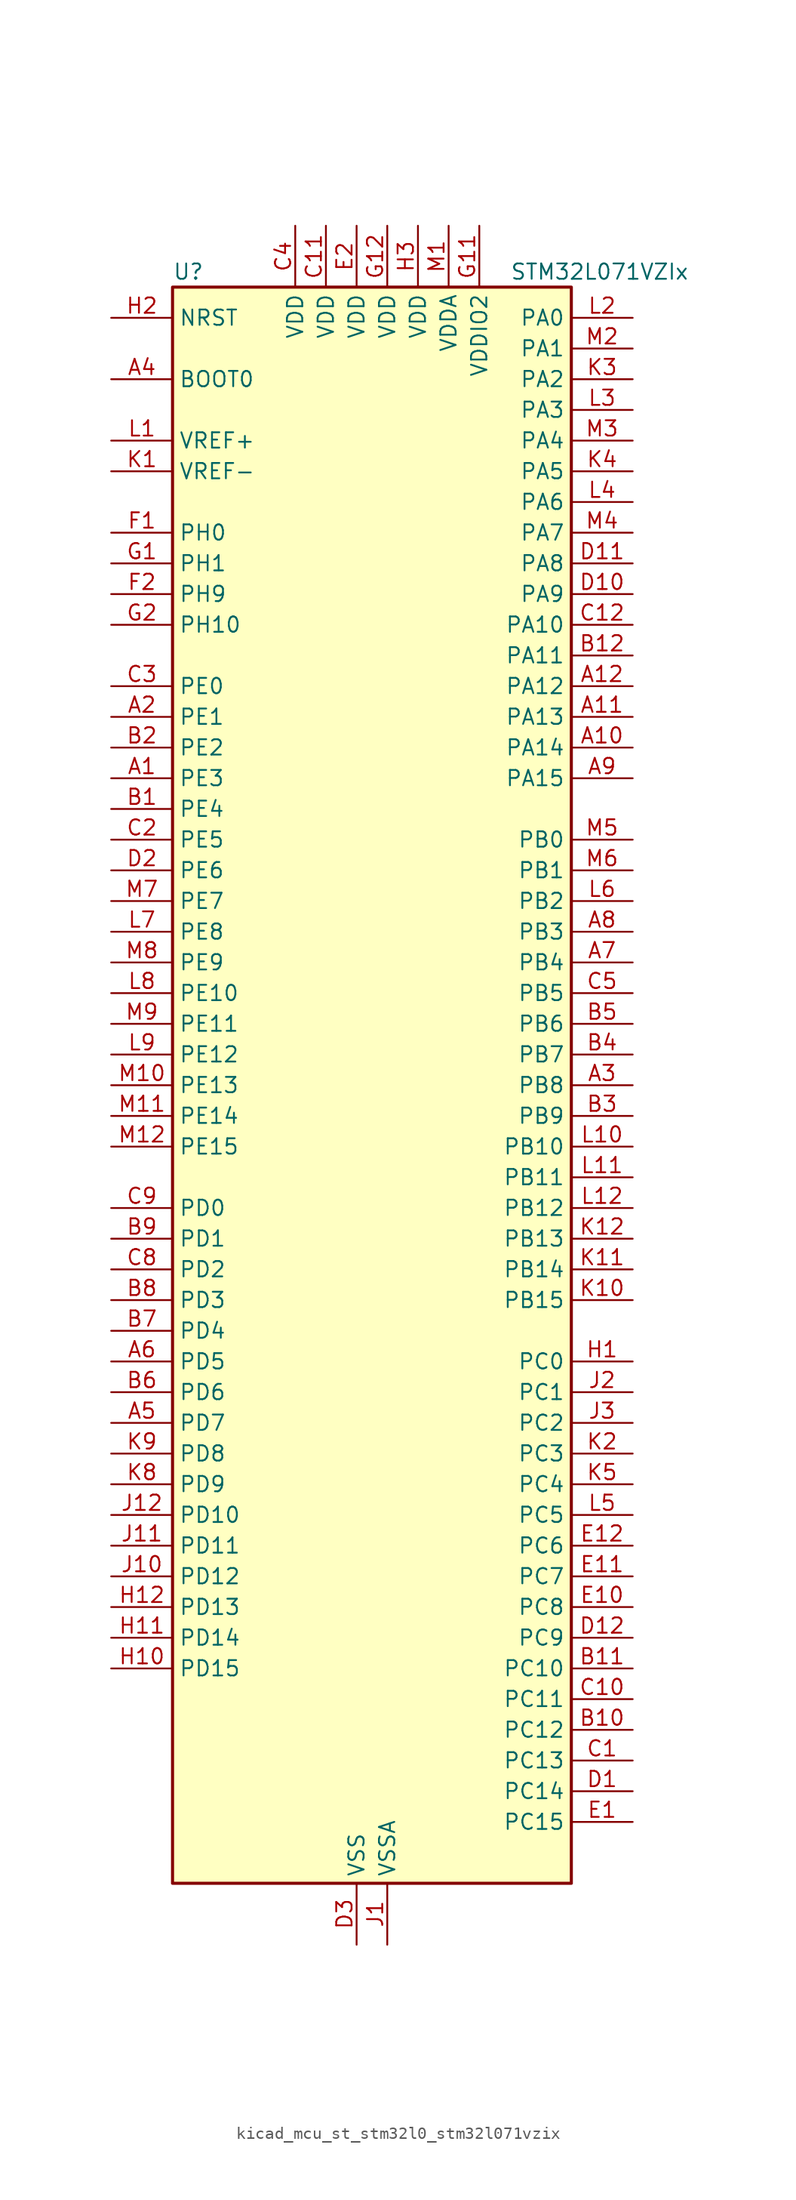
<source format=kicad_sym>
(kicad_symbol_lib
  (version 20220914)
  (generator kicad_symbol_editor)
  (symbol "kicad_mcu_st_stm32l0_stm32l071vzix"
    (property "Reference" "U"
      (at -15.24 67.31 0)
      (effects (font (size 1.27 1.27)) (justify left)))
    (property "Value" "STM32L071VZIx"
      (at 12.7 67.31 0)
      (effects (font (size 1.27 1.27)) (justify left)))
    (property "ki_locked" ""
      (at 0 0 0)
      (effects (font (size 1.27 1.27))))
    (symbol "kicad_mcu_st_stm32l0_stm32l071vzix_0_1"
      (rectangle (start -15.24 -66.04) (end 17.78 66.04) (stroke (width 0.254) (type default)) (fill (type background))))
    (symbol "kicad_mcu_st_stm32l0_stm32l071vzix_1_1"
      (pin bidirectional line (at -20.32 25.4 0) (length 5.08) (name "PE3" (effects (font (size 1.27 1.27)))) (number "A1" (effects (font (size 1.27 1.27)))) (alternate "TIM22_CH1" bidirectional line) (alternate "TIM3_CH1" bidirectional line))
      (pin bidirectional line (at 22.86 27.94 180) (length 5.08) (name "PA14" (effects (font (size 1.27 1.27)))) (number "A10" (effects (font (size 1.27 1.27)))) (alternate "LPUART1_TX" bidirectional line) (alternate "SYS_SWCLK" bidirectional line) (alternate "USART2_TX" bidirectional line))
      (pin bidirectional line (at 22.86 30.48 180) (length 5.08) (name "PA13" (effects (font (size 1.27 1.27)))) (number "A11" (effects (font (size 1.27 1.27)))) (alternate "LPUART1_RX" bidirectional line) (alternate "SYS_SWDIO" bidirectional line))
      (pin bidirectional line (at 22.86 33.02 180) (length 5.08) (name "PA12" (effects (font (size 1.27 1.27)))) (number "A12" (effects (font (size 1.27 1.27)))) (alternate "COMP2_OUT" bidirectional line) (alternate "SPI1_MOSI" bidirectional line) (alternate "USART1_DE" bidirectional line) (alternate "USART1_RTS" bidirectional line))
      (pin bidirectional line (at -20.32 30.48 0) (length 5.08) (name "PE1" (effects (font (size 1.27 1.27)))) (number "A2" (effects (font (size 1.27 1.27)))))
      (pin bidirectional line (at 22.86 0 180) (length 5.08) (name "PB8" (effects (font (size 1.27 1.27)))) (number "A3" (effects (font (size 1.27 1.27)))) (alternate "I2C1_SCL" bidirectional line))
      (pin input line (at -20.32 58.42 0) (length 5.08) (name "BOOT0" (effects (font (size 1.27 1.27)))) (number "A4" (effects (font (size 1.27 1.27)))))
      (pin bidirectional line (at -20.32 -27.94 0) (length 5.08) (name "PD7" (effects (font (size 1.27 1.27)))) (number "A5" (effects (font (size 1.27 1.27)))) (alternate "TIM21_CH2" bidirectional line) (alternate "USART2_CK" bidirectional line))
      (pin bidirectional line (at -20.32 -22.86 0) (length 5.08) (name "PD5" (effects (font (size 1.27 1.27)))) (number "A6" (effects (font (size 1.27 1.27)))) (alternate "USART2_TX" bidirectional line))
      (pin bidirectional line (at 22.86 10.16 180) (length 5.08) (name "PB4" (effects (font (size 1.27 1.27)))) (number "A7" (effects (font (size 1.27 1.27)))) (alternate "COMP2_INP" bidirectional line) (alternate "I2C3_SDA" bidirectional line) (alternate "SPI1_MISO" bidirectional line) (alternate "TIM22_CH1" bidirectional line) (alternate "TIM3_CH1" bidirectional line) (alternate "USART1_CTS" bidirectional line) (alternate "USART5_RX" bidirectional line))
      (pin bidirectional line (at 22.86 12.7 180) (length 5.08) (name "PB3" (effects (font (size 1.27 1.27)))) (number "A8" (effects (font (size 1.27 1.27)))) (alternate "COMP2_INM" bidirectional line) (alternate "SPI1_SCK" bidirectional line) (alternate "TIM2_CH2" bidirectional line) (alternate "USART1_DE" bidirectional line) (alternate "USART1_RTS" bidirectional line) (alternate "USART5_TX" bidirectional line))
      (pin bidirectional line (at 22.86 25.4 180) (length 5.08) (name "PA15" (effects (font (size 1.27 1.27)))) (number "A9" (effects (font (size 1.27 1.27)))) (alternate "SPI1_NSS" bidirectional line) (alternate "TIM2_CH1" bidirectional line) (alternate "TIM2_ETR" bidirectional line) (alternate "USART2_RX" bidirectional line) (alternate "USART4_DE" bidirectional line) (alternate "USART4_RTS" bidirectional line))
      (pin bidirectional line (at -20.32 22.86 0) (length 5.08) (name "PE4" (effects (font (size 1.27 1.27)))) (number "B1" (effects (font (size 1.27 1.27)))) (alternate "TIM22_CH2" bidirectional line) (alternate "TIM3_CH2" bidirectional line))
      (pin bidirectional line (at 22.86 -53.34 180) (length 5.08) (name "PC12" (effects (font (size 1.27 1.27)))) (number "B10" (effects (font (size 1.27 1.27)))) (alternate "USART4_CK" bidirectional line) (alternate "USART5_TX" bidirectional line))
      (pin bidirectional line (at 22.86 -48.26 180) (length 5.08) (name "PC10" (effects (font (size 1.27 1.27)))) (number "B11" (effects (font (size 1.27 1.27)))) (alternate "LPUART1_TX" bidirectional line) (alternate "USART4_TX" bidirectional line))
      (pin bidirectional line (at 22.86 35.56 180) (length 5.08) (name "PA11" (effects (font (size 1.27 1.27)))) (number "B12" (effects (font (size 1.27 1.27)))) (alternate "ADC_EXTI11" bidirectional line) (alternate "COMP1_OUT" bidirectional line) (alternate "SPI1_MISO" bidirectional line) (alternate "USART1_CTS" bidirectional line))
      (pin bidirectional line (at -20.32 27.94 0) (length 5.08) (name "PE2" (effects (font (size 1.27 1.27)))) (number "B2" (effects (font (size 1.27 1.27)))) (alternate "TIM3_ETR" bidirectional line))
      (pin bidirectional line (at 22.86 -2.54 180) (length 5.08) (name "PB9" (effects (font (size 1.27 1.27)))) (number "B3" (effects (font (size 1.27 1.27)))) (alternate "I2C1_SDA" bidirectional line) (alternate "I2S2_WS" bidirectional line) (alternate "SPI2_NSS" bidirectional line))
      (pin bidirectional line (at 22.86 2.54 180) (length 5.08) (name "PB7" (effects (font (size 1.27 1.27)))) (number "B4" (effects (font (size 1.27 1.27)))) (alternate "COMP2_INP" bidirectional line) (alternate "I2C1_SDA" bidirectional line) (alternate "LPTIM1_IN2" bidirectional line) (alternate "SYS_PVD_IN" bidirectional line) (alternate "USART1_RX" bidirectional line) (alternate "USART4_CTS" bidirectional line))
      (pin bidirectional line (at 22.86 5.08 180) (length 5.08) (name "PB6" (effects (font (size 1.27 1.27)))) (number "B5" (effects (font (size 1.27 1.27)))) (alternate "COMP2_INP" bidirectional line) (alternate "I2C1_SCL" bidirectional line) (alternate "LPTIM1_ETR" bidirectional line) (alternate "USART1_TX" bidirectional line))
      (pin bidirectional line (at -20.32 -25.4 0) (length 5.08) (name "PD6" (effects (font (size 1.27 1.27)))) (number "B6" (effects (font (size 1.27 1.27)))) (alternate "USART2_RX" bidirectional line))
      (pin bidirectional line (at -20.32 -20.32 0) (length 5.08) (name "PD4" (effects (font (size 1.27 1.27)))) (number "B7" (effects (font (size 1.27 1.27)))) (alternate "I2S2_SD" bidirectional line) (alternate "SPI2_MOSI" bidirectional line) (alternate "USART2_DE" bidirectional line) (alternate "USART2_RTS" bidirectional line))
      (pin bidirectional line (at -20.32 -17.78 0) (length 5.08) (name "PD3" (effects (font (size 1.27 1.27)))) (number "B8" (effects (font (size 1.27 1.27)))) (alternate "I2S2_MCK" bidirectional line) (alternate "SPI2_MISO" bidirectional line) (alternate "USART2_CTS" bidirectional line))
      (pin bidirectional line (at -20.32 -12.7 0) (length 5.08) (name "PD1" (effects (font (size 1.27 1.27)))) (number "B9" (effects (font (size 1.27 1.27)))) (alternate "I2S2_CK" bidirectional line) (alternate "SPI2_SCK" bidirectional line))
      (pin bidirectional line (at 22.86 -55.88 180) (length 5.08) (name "PC13" (effects (font (size 1.27 1.27)))) (number "C1" (effects (font (size 1.27 1.27)))) (alternate "RTC_OUT_ALARM" bidirectional line) (alternate "RTC_OUT_CALIB" bidirectional line) (alternate "RTC_TAMP1" bidirectional line) (alternate "RTC_TS" bidirectional line) (alternate "SYS_WKUP2" bidirectional line))
      (pin bidirectional line (at 22.86 -50.8 180) (length 5.08) (name "PC11" (effects (font (size 1.27 1.27)))) (number "C10" (effects (font (size 1.27 1.27)))) (alternate "ADC_EXTI11" bidirectional line) (alternate "LPUART1_RX" bidirectional line) (alternate "USART4_RX" bidirectional line))
      (pin power_in line (at -2.54 71.12 270) (length 5.08) (name "VDD" (effects (font (size 1.27 1.27)))) (number "C11" (effects (font (size 1.27 1.27)))))
      (pin bidirectional line (at 22.86 38.1 180) (length 5.08) (name "PA10" (effects (font (size 1.27 1.27)))) (number "C12" (effects (font (size 1.27 1.27)))) (alternate "I2C1_SDA" bidirectional line) (alternate "USART1_RX" bidirectional line))
      (pin bidirectional line (at -20.32 20.32 0) (length 5.08) (name "PE5" (effects (font (size 1.27 1.27)))) (number "C2" (effects (font (size 1.27 1.27)))) (alternate "TIM21_CH1" bidirectional line) (alternate "TIM3_CH3" bidirectional line))
      (pin bidirectional line (at -20.32 33.02 0) (length 5.08) (name "PE0" (effects (font (size 1.27 1.27)))) (number "C3" (effects (font (size 1.27 1.27)))))
      (pin power_in line (at -5.08 71.12 270) (length 5.08) (name "VDD" (effects (font (size 1.27 1.27)))) (number "C4" (effects (font (size 1.27 1.27)))))
      (pin bidirectional line (at 22.86 7.62 180) (length 5.08) (name "PB5" (effects (font (size 1.27 1.27)))) (number "C5" (effects (font (size 1.27 1.27)))) (alternate "COMP2_INP" bidirectional line) (alternate "I2C1_SMBA" bidirectional line) (alternate "LPTIM1_IN1" bidirectional line) (alternate "SPI1_MOSI" bidirectional line) (alternate "TIM22_CH2" bidirectional line) (alternate "TIM3_CH2" bidirectional line) (alternate "USART1_CK" bidirectional line) (alternate "USART5_CK" bidirectional line) (alternate "USART5_DE" bidirectional line) (alternate "USART5_RTS" bidirectional line))
      (pin bidirectional line (at -20.32 -15.24 0) (length 5.08) (name "PD2" (effects (font (size 1.27 1.27)))) (number "C8" (effects (font (size 1.27 1.27)))) (alternate "LPUART1_DE" bidirectional line) (alternate "LPUART1_RTS" bidirectional line) (alternate "TIM3_ETR" bidirectional line) (alternate "USART5_RX" bidirectional line))
      (pin bidirectional line (at -20.32 -10.16 0) (length 5.08) (name "PD0" (effects (font (size 1.27 1.27)))) (number "C9" (effects (font (size 1.27 1.27)))) (alternate "I2S2_WS" bidirectional line) (alternate "SPI2_NSS" bidirectional line) (alternate "TIM21_CH1" bidirectional line))
      (pin bidirectional line (at 22.86 -58.42 180) (length 5.08) (name "PC14" (effects (font (size 1.27 1.27)))) (number "D1" (effects (font (size 1.27 1.27)))) (alternate "RCC_OSC32_IN" bidirectional line))
      (pin bidirectional line (at 22.86 40.64 180) (length 5.08) (name "PA9" (effects (font (size 1.27 1.27)))) (number "D10" (effects (font (size 1.27 1.27)))) (alternate "I2C1_SCL" bidirectional line) (alternate "I2C3_SMBA" bidirectional line) (alternate "RCC_MCO" bidirectional line) (alternate "USART1_TX" bidirectional line))
      (pin bidirectional line (at 22.86 43.18 180) (length 5.08) (name "PA8" (effects (font (size 1.27 1.27)))) (number "D11" (effects (font (size 1.27 1.27)))) (alternate "I2C3_SCL" bidirectional line) (alternate "RCC_MCO" bidirectional line) (alternate "USART1_CK" bidirectional line))
      (pin bidirectional line (at 22.86 -45.72 180) (length 5.08) (name "PC9" (effects (font (size 1.27 1.27)))) (number "D12" (effects (font (size 1.27 1.27)))) (alternate "I2C3_SDA" bidirectional line) (alternate "TIM21_ETR" bidirectional line) (alternate "TIM3_CH4" bidirectional line))
      (pin bidirectional line (at -20.32 17.78 0) (length 5.08) (name "PE6" (effects (font (size 1.27 1.27)))) (number "D2" (effects (font (size 1.27 1.27)))) (alternate "RTC_TAMP3" bidirectional line) (alternate "SYS_WKUP3" bidirectional line) (alternate "TIM21_CH2" bidirectional line) (alternate "TIM3_CH4" bidirectional line))
      (pin power_in line (at 0 -71.12 90) (length 5.08) (name "VSS" (effects (font (size 1.27 1.27)))) (number "D3" (effects (font (size 1.27 1.27)))))
      (pin bidirectional line (at 22.86 -60.96 180) (length 5.08) (name "PC15" (effects (font (size 1.27 1.27)))) (number "E1" (effects (font (size 1.27 1.27)))) (alternate "RCC_OSC32_OUT" bidirectional line))
      (pin bidirectional line (at 22.86 -43.18 180) (length 5.08) (name "PC8" (effects (font (size 1.27 1.27)))) (number "E10" (effects (font (size 1.27 1.27)))) (alternate "TIM22_ETR" bidirectional line) (alternate "TIM3_CH3" bidirectional line))
      (pin bidirectional line (at 22.86 -40.64 180) (length 5.08) (name "PC7" (effects (font (size 1.27 1.27)))) (number "E11" (effects (font (size 1.27 1.27)))) (alternate "TIM22_CH2" bidirectional line) (alternate "TIM3_CH2" bidirectional line))
      (pin bidirectional line (at 22.86 -38.1 180) (length 5.08) (name "PC6" (effects (font (size 1.27 1.27)))) (number "E12" (effects (font (size 1.27 1.27)))) (alternate "TIM22_CH1" bidirectional line) (alternate "TIM3_CH1" bidirectional line))
      (pin power_in line (at 0 71.12 270) (length 5.08) (name "VDD" (effects (font (size 1.27 1.27)))) (number "E2" (effects (font (size 1.27 1.27)))))
      (pin passive line (at 0 -71.12 90) (length 5.08) hide (name "VSS" (effects (font (size 1.27 1.27)))) (number "E3" (effects (font (size 1.27 1.27)))))
      (pin bidirectional line (at -20.32 45.72 0) (length 5.08) (name "PH0" (effects (font (size 1.27 1.27)))) (number "F1" (effects (font (size 1.27 1.27)))) (alternate "RCC_OSC_IN" bidirectional line))
      (pin passive line (at 0 -71.12 90) (length 5.08) hide (name "VSS" (effects (font (size 1.27 1.27)))) (number "F11" (effects (font (size 1.27 1.27)))))
      (pin passive line (at 0 -71.12 90) (length 5.08) hide (name "VSS" (effects (font (size 1.27 1.27)))) (number "F12" (effects (font (size 1.27 1.27)))))
      (pin bidirectional line (at -20.32 40.64 0) (length 5.08) (name "PH9" (effects (font (size 1.27 1.27)))) (number "F2" (effects (font (size 1.27 1.27)))))
      (pin bidirectional line (at -20.32 43.18 0) (length 5.08) (name "PH1" (effects (font (size 1.27 1.27)))) (number "G1" (effects (font (size 1.27 1.27)))) (alternate "RCC_OSC_OUT" bidirectional line))
      (pin power_in line (at 10.16 71.12 270) (length 5.08) (name "VDDIO2" (effects (font (size 1.27 1.27)))) (number "G11" (effects (font (size 1.27 1.27)))))
      (pin power_in line (at 2.54 71.12 270) (length 5.08) (name "VDD" (effects (font (size 1.27 1.27)))) (number "G12" (effects (font (size 1.27 1.27)))))
      (pin bidirectional line (at -20.32 38.1 0) (length 5.08) (name "PH10" (effects (font (size 1.27 1.27)))) (number "G2" (effects (font (size 1.27 1.27)))))
      (pin bidirectional line (at 22.86 -22.86 180) (length 5.08) (name "PC0" (effects (font (size 1.27 1.27)))) (number "H1" (effects (font (size 1.27 1.27)))) (alternate "ADC_IN10" bidirectional line) (alternate "I2C3_SCL" bidirectional line) (alternate "LPTIM1_IN1" bidirectional line) (alternate "LPUART1_RX" bidirectional line))
      (pin bidirectional line (at -20.32 -48.26 0) (length 5.08) (name "PD15" (effects (font (size 1.27 1.27)))) (number "H10" (effects (font (size 1.27 1.27)))))
      (pin bidirectional line (at -20.32 -45.72 0) (length 5.08) (name "PD14" (effects (font (size 1.27 1.27)))) (number "H11" (effects (font (size 1.27 1.27)))))
      (pin bidirectional line (at -20.32 -43.18 0) (length 5.08) (name "PD13" (effects (font (size 1.27 1.27)))) (number "H12" (effects (font (size 1.27 1.27)))))
      (pin input line (at -20.32 63.5 0) (length 5.08) (name "NRST" (effects (font (size 1.27 1.27)))) (number "H2" (effects (font (size 1.27 1.27)))))
      (pin power_in line (at 5.08 71.12 270) (length 5.08) (name "VDD" (effects (font (size 1.27 1.27)))) (number "H3" (effects (font (size 1.27 1.27)))))
      (pin power_in line (at 2.54 -71.12 90) (length 5.08) (name "VSSA" (effects (font (size 1.27 1.27)))) (number "J1" (effects (font (size 1.27 1.27)))))
      (pin bidirectional line (at -20.32 -40.64 0) (length 5.08) (name "PD12" (effects (font (size 1.27 1.27)))) (number "J10" (effects (font (size 1.27 1.27)))) (alternate "LPUART1_DE" bidirectional line) (alternate "LPUART1_RTS" bidirectional line))
      (pin bidirectional line (at -20.32 -38.1 0) (length 5.08) (name "PD11" (effects (font (size 1.27 1.27)))) (number "J11" (effects (font (size 1.27 1.27)))) (alternate "ADC_EXTI11" bidirectional line) (alternate "LPUART1_CTS" bidirectional line))
      (pin bidirectional line (at -20.32 -35.56 0) (length 5.08) (name "PD10" (effects (font (size 1.27 1.27)))) (number "J12" (effects (font (size 1.27 1.27)))))
      (pin bidirectional line (at 22.86 -25.4 180) (length 5.08) (name "PC1" (effects (font (size 1.27 1.27)))) (number "J2" (effects (font (size 1.27 1.27)))) (alternate "ADC_IN11" bidirectional line) (alternate "I2C3_SDA" bidirectional line) (alternate "LPTIM1_OUT" bidirectional line) (alternate "LPUART1_TX" bidirectional line))
      (pin bidirectional line (at 22.86 -27.94 180) (length 5.08) (name "PC2" (effects (font (size 1.27 1.27)))) (number "J3" (effects (font (size 1.27 1.27)))) (alternate "ADC_IN12" bidirectional line) (alternate "I2S2_MCK" bidirectional line) (alternate "LPTIM1_IN2" bidirectional line) (alternate "SPI2_MISO" bidirectional line))
      (pin input line (at -20.32 50.8 0) (length 5.08) (name "VREF-" (effects (font (size 1.27 1.27)))) (number "K1" (effects (font (size 1.27 1.27)))))
      (pin bidirectional line (at 22.86 -17.78 180) (length 5.08) (name "PB15" (effects (font (size 1.27 1.27)))) (number "K10" (effects (font (size 1.27 1.27)))) (alternate "I2S2_SD" bidirectional line) (alternate "RTC_REFIN" bidirectional line) (alternate "SPI2_MOSI" bidirectional line))
      (pin bidirectional line (at 22.86 -15.24 180) (length 5.08) (name "PB14" (effects (font (size 1.27 1.27)))) (number "K11" (effects (font (size 1.27 1.27)))) (alternate "I2C2_SDA" bidirectional line) (alternate "I2S2_MCK" bidirectional line) (alternate "LPUART1_DE" bidirectional line) (alternate "LPUART1_RTS" bidirectional line) (alternate "RTC_OUT_ALARM" bidirectional line) (alternate "RTC_OUT_CALIB" bidirectional line) (alternate "SPI2_MISO" bidirectional line) (alternate "TIM21_CH2" bidirectional line))
      (pin bidirectional line (at 22.86 -12.7 180) (length 5.08) (name "PB13" (effects (font (size 1.27 1.27)))) (number "K12" (effects (font (size 1.27 1.27)))) (alternate "I2C2_SCL" bidirectional line) (alternate "I2S2_CK" bidirectional line) (alternate "LPUART1_CTS" bidirectional line) (alternate "RCC_MCO" bidirectional line) (alternate "SPI2_SCK" bidirectional line) (alternate "TIM21_CH1" bidirectional line))
      (pin bidirectional line (at 22.86 -30.48 180) (length 5.08) (name "PC3" (effects (font (size 1.27 1.27)))) (number "K2" (effects (font (size 1.27 1.27)))) (alternate "ADC_IN13" bidirectional line) (alternate "I2S2_SD" bidirectional line) (alternate "LPTIM1_ETR" bidirectional line) (alternate "SPI2_MOSI" bidirectional line))
      (pin bidirectional line (at 22.86 58.42 180) (length 5.08) (name "PA2" (effects (font (size 1.27 1.27)))) (number "K3" (effects (font (size 1.27 1.27)))) (alternate "ADC_IN2" bidirectional line) (alternate "COMP2_INM" bidirectional line) (alternate "COMP2_OUT" bidirectional line) (alternate "LPUART1_TX" bidirectional line) (alternate "TIM21_CH1" bidirectional line) (alternate "TIM2_CH3" bidirectional line) (alternate "USART2_TX" bidirectional line))
      (pin bidirectional line (at 22.86 50.8 180) (length 5.08) (name "PA5" (effects (font (size 1.27 1.27)))) (number "K4" (effects (font (size 1.27 1.27)))) (alternate "ADC_IN5" bidirectional line) (alternate "COMP1_INM" bidirectional line) (alternate "COMP2_INM" bidirectional line) (alternate "SPI1_SCK" bidirectional line) (alternate "TIM2_CH1" bidirectional line) (alternate "TIM2_ETR" bidirectional line))
      (pin bidirectional line (at 22.86 -33.02 180) (length 5.08) (name "PC4" (effects (font (size 1.27 1.27)))) (number "K5" (effects (font (size 1.27 1.27)))) (alternate "ADC_IN14" bidirectional line) (alternate "LPUART1_TX" bidirectional line))
      (pin bidirectional line (at -20.32 -33.02 0) (length 5.08) (name "PD9" (effects (font (size 1.27 1.27)))) (number "K8" (effects (font (size 1.27 1.27)))) (alternate "LPUART1_RX" bidirectional line))
      (pin bidirectional line (at -20.32 -30.48 0) (length 5.08) (name "PD8" (effects (font (size 1.27 1.27)))) (number "K9" (effects (font (size 1.27 1.27)))) (alternate "LPUART1_TX" bidirectional line))
      (pin input line (at -20.32 53.34 0) (length 5.08) (name "VREF+" (effects (font (size 1.27 1.27)))) (number "L1" (effects (font (size 1.27 1.27)))))
      (pin bidirectional line (at 22.86 -5.08 180) (length 5.08) (name "PB10" (effects (font (size 1.27 1.27)))) (number "L10" (effects (font (size 1.27 1.27)))) (alternate "I2C2_SCL" bidirectional line) (alternate "LPUART1_RX" bidirectional line) (alternate "LPUART1_TX" bidirectional line) (alternate "SPI2_SCK" bidirectional line) (alternate "TIM2_CH3" bidirectional line))
      (pin bidirectional line (at 22.86 -7.62 180) (length 5.08) (name "PB11" (effects (font (size 1.27 1.27)))) (number "L11" (effects (font (size 1.27 1.27)))) (alternate "ADC_EXTI11" bidirectional line) (alternate "I2C2_SDA" bidirectional line) (alternate "LPUART1_RX" bidirectional line) (alternate "LPUART1_TX" bidirectional line) (alternate "TIM2_CH4" bidirectional line))
      (pin bidirectional line (at 22.86 -10.16 180) (length 5.08) (name "PB12" (effects (font (size 1.27 1.27)))) (number "L12" (effects (font (size 1.27 1.27)))) (alternate "I2S2_WS" bidirectional line) (alternate "LPUART1_DE" bidirectional line) (alternate "LPUART1_RTS" bidirectional line) (alternate "SPI2_NSS" bidirectional line))
      (pin bidirectional line (at 22.86 63.5 180) (length 5.08) (name "PA0" (effects (font (size 1.27 1.27)))) (number "L2" (effects (font (size 1.27 1.27)))) (alternate "ADC_IN0" bidirectional line) (alternate "COMP1_INM" bidirectional line) (alternate "COMP1_OUT" bidirectional line) (alternate "RTC_TAMP2" bidirectional line) (alternate "SYS_WKUP1" bidirectional line) (alternate "TIM2_CH1" bidirectional line) (alternate "TIM2_ETR" bidirectional line) (alternate "USART2_CTS" bidirectional line) (alternate "USART4_TX" bidirectional line))
      (pin bidirectional line (at 22.86 55.88 180) (length 5.08) (name "PA3" (effects (font (size 1.27 1.27)))) (number "L3" (effects (font (size 1.27 1.27)))) (alternate "ADC_IN3" bidirectional line) (alternate "COMP2_INP" bidirectional line) (alternate "LPUART1_RX" bidirectional line) (alternate "TIM21_CH2" bidirectional line) (alternate "TIM2_CH4" bidirectional line) (alternate "USART2_RX" bidirectional line))
      (pin bidirectional line (at 22.86 48.26 180) (length 5.08) (name "PA6" (effects (font (size 1.27 1.27)))) (number "L4" (effects (font (size 1.27 1.27)))) (alternate "ADC_IN6" bidirectional line) (alternate "COMP1_OUT" bidirectional line) (alternate "LPUART1_CTS" bidirectional line) (alternate "SPI1_MISO" bidirectional line) (alternate "TIM22_CH1" bidirectional line) (alternate "TIM3_CH1" bidirectional line))
      (pin bidirectional line (at 22.86 -35.56 180) (length 5.08) (name "PC5" (effects (font (size 1.27 1.27)))) (number "L5" (effects (font (size 1.27 1.27)))) (alternate "ADC_IN15" bidirectional line) (alternate "LPUART1_RX" bidirectional line))
      (pin bidirectional line (at 22.86 15.24 180) (length 5.08) (name "PB2" (effects (font (size 1.27 1.27)))) (number "L6" (effects (font (size 1.27 1.27)))) (alternate "I2C3_SMBA" bidirectional line) (alternate "LPTIM1_OUT" bidirectional line))
      (pin bidirectional line (at -20.32 12.7 0) (length 5.08) (name "PE8" (effects (font (size 1.27 1.27)))) (number "L7" (effects (font (size 1.27 1.27)))) (alternate "USART4_TX" bidirectional line))
      (pin bidirectional line (at -20.32 7.62 0) (length 5.08) (name "PE10" (effects (font (size 1.27 1.27)))) (number "L8" (effects (font (size 1.27 1.27)))) (alternate "TIM2_CH2" bidirectional line) (alternate "USART5_TX" bidirectional line))
      (pin bidirectional line (at -20.32 2.54 0) (length 5.08) (name "PE12" (effects (font (size 1.27 1.27)))) (number "L9" (effects (font (size 1.27 1.27)))) (alternate "SPI1_NSS" bidirectional line) (alternate "TIM2_CH4" bidirectional line))
      (pin power_in line (at 7.62 71.12 270) (length 5.08) (name "VDDA" (effects (font (size 1.27 1.27)))) (number "M1" (effects (font (size 1.27 1.27)))))
      (pin bidirectional line (at -20.32 0 0) (length 5.08) (name "PE13" (effects (font (size 1.27 1.27)))) (number "M10" (effects (font (size 1.27 1.27)))) (alternate "SPI1_SCK" bidirectional line))
      (pin bidirectional line (at -20.32 -2.54 0) (length 5.08) (name "PE14" (effects (font (size 1.27 1.27)))) (number "M11" (effects (font (size 1.27 1.27)))) (alternate "SPI1_MISO" bidirectional line))
      (pin bidirectional line (at -20.32 -5.08 0) (length 5.08) (name "PE15" (effects (font (size 1.27 1.27)))) (number "M12" (effects (font (size 1.27 1.27)))) (alternate "SPI1_MOSI" bidirectional line))
      (pin bidirectional line (at 22.86 60.96 180) (length 5.08) (name "PA1" (effects (font (size 1.27 1.27)))) (number "M2" (effects (font (size 1.27 1.27)))) (alternate "ADC_IN1" bidirectional line) (alternate "COMP1_INP" bidirectional line) (alternate "TIM21_ETR" bidirectional line) (alternate "TIM2_CH2" bidirectional line) (alternate "USART2_DE" bidirectional line) (alternate "USART2_RTS" bidirectional line) (alternate "USART4_RX" bidirectional line))
      (pin bidirectional line (at 22.86 53.34 180) (length 5.08) (name "PA4" (effects (font (size 1.27 1.27)))) (number "M3" (effects (font (size 1.27 1.27)))) (alternate "ADC_IN4" bidirectional line) (alternate "COMP1_INM" bidirectional line) (alternate "COMP2_INM" bidirectional line) (alternate "SPI1_NSS" bidirectional line) (alternate "TIM22_ETR" bidirectional line) (alternate "USART2_CK" bidirectional line))
      (pin bidirectional line (at 22.86 45.72 180) (length 5.08) (name "PA7" (effects (font (size 1.27 1.27)))) (number "M4" (effects (font (size 1.27 1.27)))) (alternate "ADC_IN7" bidirectional line) (alternate "COMP2_OUT" bidirectional line) (alternate "SPI1_MOSI" bidirectional line) (alternate "TIM22_CH2" bidirectional line) (alternate "TIM3_CH2" bidirectional line))
      (pin bidirectional line (at 22.86 20.32 180) (length 5.08) (name "PB0" (effects (font (size 1.27 1.27)))) (number "M5" (effects (font (size 1.27 1.27)))) (alternate "ADC_IN8" bidirectional line) (alternate "SYS_VREF_OUT_PB0" bidirectional line) (alternate "TIM3_CH3" bidirectional line))
      (pin bidirectional line (at 22.86 17.78 180) (length 5.08) (name "PB1" (effects (font (size 1.27 1.27)))) (number "M6" (effects (font (size 1.27 1.27)))) (alternate "ADC_IN9" bidirectional line) (alternate "LPUART1_DE" bidirectional line) (alternate "LPUART1_RTS" bidirectional line) (alternate "SYS_VREF_OUT_PB1" bidirectional line) (alternate "TIM3_CH4" bidirectional line))
      (pin bidirectional line (at -20.32 15.24 0) (length 5.08) (name "PE7" (effects (font (size 1.27 1.27)))) (number "M7" (effects (font (size 1.27 1.27)))) (alternate "USART5_CK" bidirectional line) (alternate "USART5_DE" bidirectional line) (alternate "USART5_RTS" bidirectional line))
      (pin bidirectional line (at -20.32 10.16 0) (length 5.08) (name "PE9" (effects (font (size 1.27 1.27)))) (number "M8" (effects (font (size 1.27 1.27)))) (alternate "TIM2_CH1" bidirectional line) (alternate "TIM2_ETR" bidirectional line) (alternate "USART4_RX" bidirectional line))
      (pin bidirectional line (at -20.32 5.08 0) (length 5.08) (name "PE11" (effects (font (size 1.27 1.27)))) (number "M9" (effects (font (size 1.27 1.27)))) (alternate "ADC_EXTI11" bidirectional line) (alternate "TIM2_CH3" bidirectional line) (alternate "USART5_RX" bidirectional line)))))
</source>
